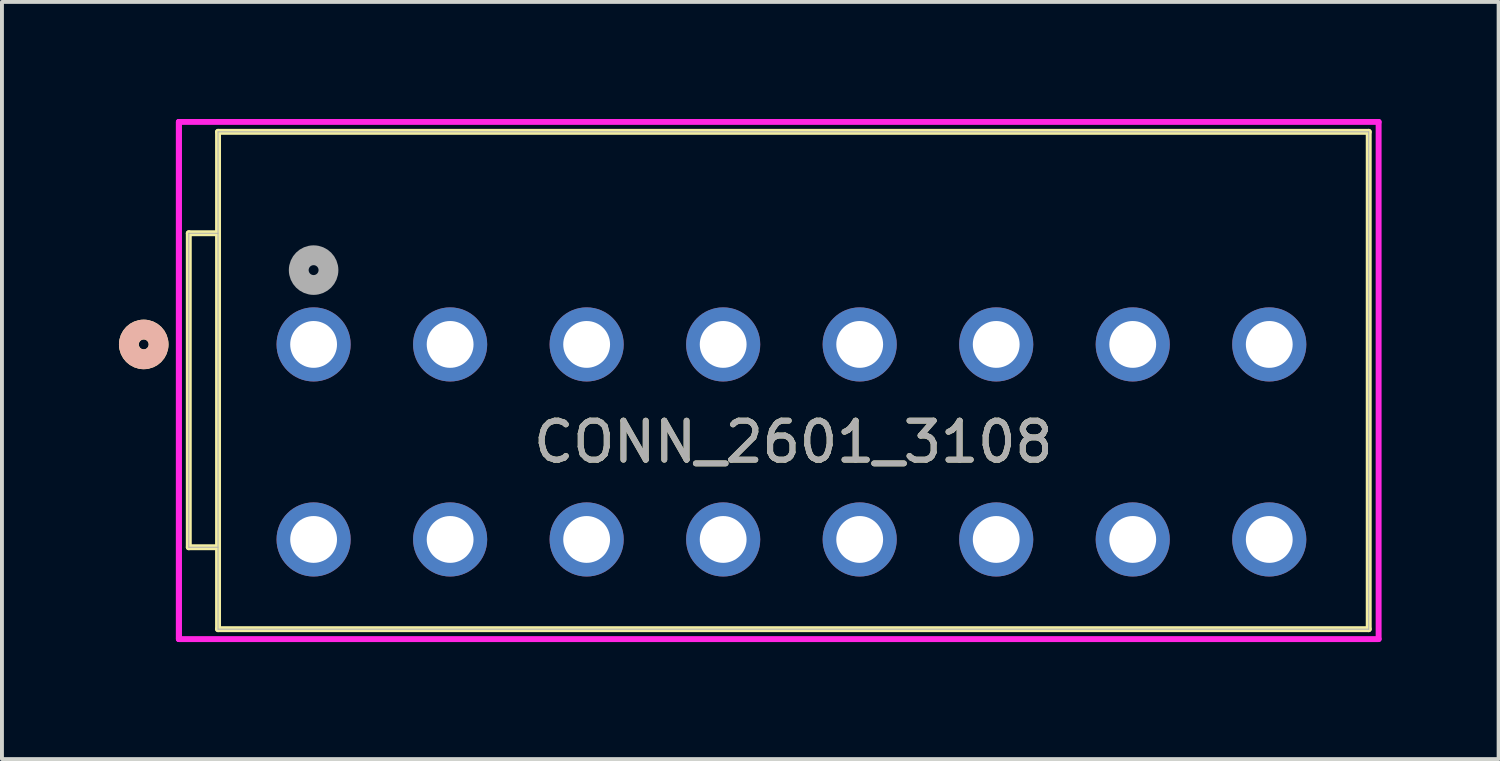
<source format=kicad_pcb>
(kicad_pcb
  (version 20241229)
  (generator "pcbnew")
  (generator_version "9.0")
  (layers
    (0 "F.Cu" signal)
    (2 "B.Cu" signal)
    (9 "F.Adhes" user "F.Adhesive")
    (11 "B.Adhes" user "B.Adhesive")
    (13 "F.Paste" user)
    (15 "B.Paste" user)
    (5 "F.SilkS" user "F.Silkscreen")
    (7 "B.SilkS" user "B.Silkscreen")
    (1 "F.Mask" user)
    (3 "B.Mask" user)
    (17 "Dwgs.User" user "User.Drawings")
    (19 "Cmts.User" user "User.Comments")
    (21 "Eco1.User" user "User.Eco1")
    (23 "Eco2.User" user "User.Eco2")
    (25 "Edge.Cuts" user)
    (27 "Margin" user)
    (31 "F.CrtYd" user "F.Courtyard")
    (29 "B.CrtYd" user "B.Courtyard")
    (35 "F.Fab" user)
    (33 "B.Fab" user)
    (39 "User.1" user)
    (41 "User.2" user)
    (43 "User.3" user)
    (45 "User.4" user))
  (footprint "CONN_2601_3108"
    (layer "F.Cu")
    (at 4.99 5.78)
    (property "Reference" "CONN_2601_3108" (at 12.3 2.5 0) (unlocked yes) (layer "F.SilkS") (effects (font (size 1 1) (thickness 0.15))))
    (attr through_hole)
    (fp_line (start -3.2 5.2) (end -3.2 -2.85) (stroke (width 0.152) (type solid)) (layer "F.SilkS"))
    (fp_line (start -2.45 -2.85) (end -3.2 -2.85) (stroke (width 0.152) (type solid)) (layer "F.SilkS"))
    (fp_line (start -2.45 5.2) (end -3.2 5.2) (stroke (width 0.152) (type solid)) (layer "F.SilkS"))
    (fp_line (start -2.45 -5.45) (end 27.05 -5.45) (stroke (width 0.152) (type solid)) (layer "F.SilkS"))
    (fp_line (start -2.45 7.3) (end -2.45 -5.45) (stroke (width 0.152) (type solid)) (layer "F.SilkS"))
    (fp_line (start -2.45 7.3) (end 27.05 7.3) (stroke (width 0.152) (type solid)) (layer "F.SilkS"))
    (fp_line (start 27.05 -5.45) (end 27.05 7.3) (stroke (width 0.152) (type solid)) (layer "F.SilkS"))
    (fp_circle (center -4.355 0) (end -3.974 0) (stroke (width 0.508) (type solid)) (fill no) (layer "F.SilkS"))
    (fp_circle (center -4.355 0) (end -3.974 0) (stroke (width 0.508) (type solid)) (fill no) (layer "B.SilkS"))
    (fp_line (start -3.454 -5.704) (end -3.454 7.554) (stroke (width 0.152) (type solid)) (layer "F.CrtYd"))
    (fp_line (start -3.454 -5.704) (end -3.454 7.554) (stroke (width 0.152) (type solid)) (layer "F.CrtYd"))
    (fp_line (start -3.454 7.554) (end 27.304 7.554) (stroke (width 0.152) (type solid)) (layer "F.CrtYd"))
    (fp_line (start 27.304 -5.704) (end -3.454 -5.704) (stroke (width 0.152) (type solid)) (layer "F.CrtYd"))
    (fp_line (start 27.304 7.554) (end 27.304 -5.704) (stroke (width 0.152) (type solid)) (layer "F.CrtYd"))
    (fp_line (start -3.2 5.2) (end -3.2 -2.85) (stroke (width 0.025) (type solid)) (layer "F.Fab"))
    (fp_line (start -2.45 -2.85) (end -3.2 -2.85) (stroke (width 0.025) (type solid)) (layer "F.Fab"))
    (fp_line (start -2.45 5.2) (end -3.2 5.2) (stroke (width 0.025) (type solid)) (layer "F.Fab"))
    (fp_line (start -2.45 -5.45) (end 27.05 -5.45) (stroke (width 0.025) (type solid)) (layer "F.Fab"))
    (fp_line (start -2.45 7.3) (end -2.45 -5.45) (stroke (width 0.025) (type solid)) (layer "F.Fab"))
    (fp_line (start -2.45 7.3) (end 27.05 7.3) (stroke (width 0.025) (type solid)) (layer "F.Fab"))
    (fp_line (start 27.05 -5.45) (end 27.05 7.3) (stroke (width 0.025) (type solid)) (layer "F.Fab"))
    (fp_circle (center 0 -1.905) (end 0.381 -1.905) (stroke (width 0.508) (type solid)) (fill no) (layer "F.Fab"))
    (fp_text user "${REFERENCE}" (at 12.3 2.5 0) (unlocked yes) (layer "F.Fab") (effects (font (size 1 1) (thickness 0.15))))
    (pad "1" thru_hole circle (at 0 0) (size 1.9 1.9) (drill 1.2) (layers "*.Cu" "*.Mask"))
    (pad "2" thru_hole circle (at 0 5) (size 1.9 1.9) (drill 1.2) (layers "*.Cu" "*.Mask"))
    (pad "3" thru_hole circle (at 3.5 0) (size 1.9 1.9) (drill 1.2) (layers "*.Cu" "*.Mask"))
    (pad "4" thru_hole circle (at 3.5 5) (size 1.9 1.9) (drill 1.2) (layers "*.Cu" "*.Mask"))
    (pad "5" thru_hole circle (at 7 0) (size 1.9 1.9) (drill 1.2) (layers "*.Cu" "*.Mask"))
    (pad "6" thru_hole circle (at 7 5) (size 1.9 1.9) (drill 1.2) (layers "*.Cu" "*.Mask"))
    (pad "7" thru_hole circle (at 10.5 0) (size 1.9 1.9) (drill 1.2) (layers "*.Cu" "*.Mask"))
    (pad "8" thru_hole circle (at 10.5 5) (size 1.9 1.9) (drill 1.2) (layers "*.Cu" "*.Mask"))
    (pad "9" thru_hole circle (at 14 0) (size 1.9 1.9) (drill 1.2) (layers "*.Cu" "*.Mask"))
    (pad "10" thru_hole circle (at 14 5) (size 1.9 1.9) (drill 1.2) (layers "*.Cu" "*.Mask"))
    (pad "11" thru_hole circle (at 17.5 0) (size 1.9 1.9) (drill 1.2) (layers "*.Cu" "*.Mask"))
    (pad "12" thru_hole circle (at 17.5 5) (size 1.9 1.9) (drill 1.2) (layers "*.Cu" "*.Mask"))
    (pad "13" thru_hole circle (at 21 0) (size 1.9 1.9) (drill 1.2) (layers "*.Cu" "*.Mask"))
    (pad "14" thru_hole circle (at 21 5) (size 1.9 1.9) (drill 1.2) (layers "*.Cu" "*.Mask"))
    (pad "15" thru_hole circle (at 24.5 0) (size 1.9 1.9) (drill 1.2) (layers "*.Cu" "*.Mask"))
    (pad "16" thru_hole circle (at 24.5 5) (size 1.9 1.9) (drill 1.2) (layers "*.Cu" "*.Mask")))
  (gr_rect
    (start -3 -3)
    (end 35.37 16.41)
    (stroke (width 0.1) (type default))
    (fill no)
    (layer "Edge.Cuts")))
</source>
